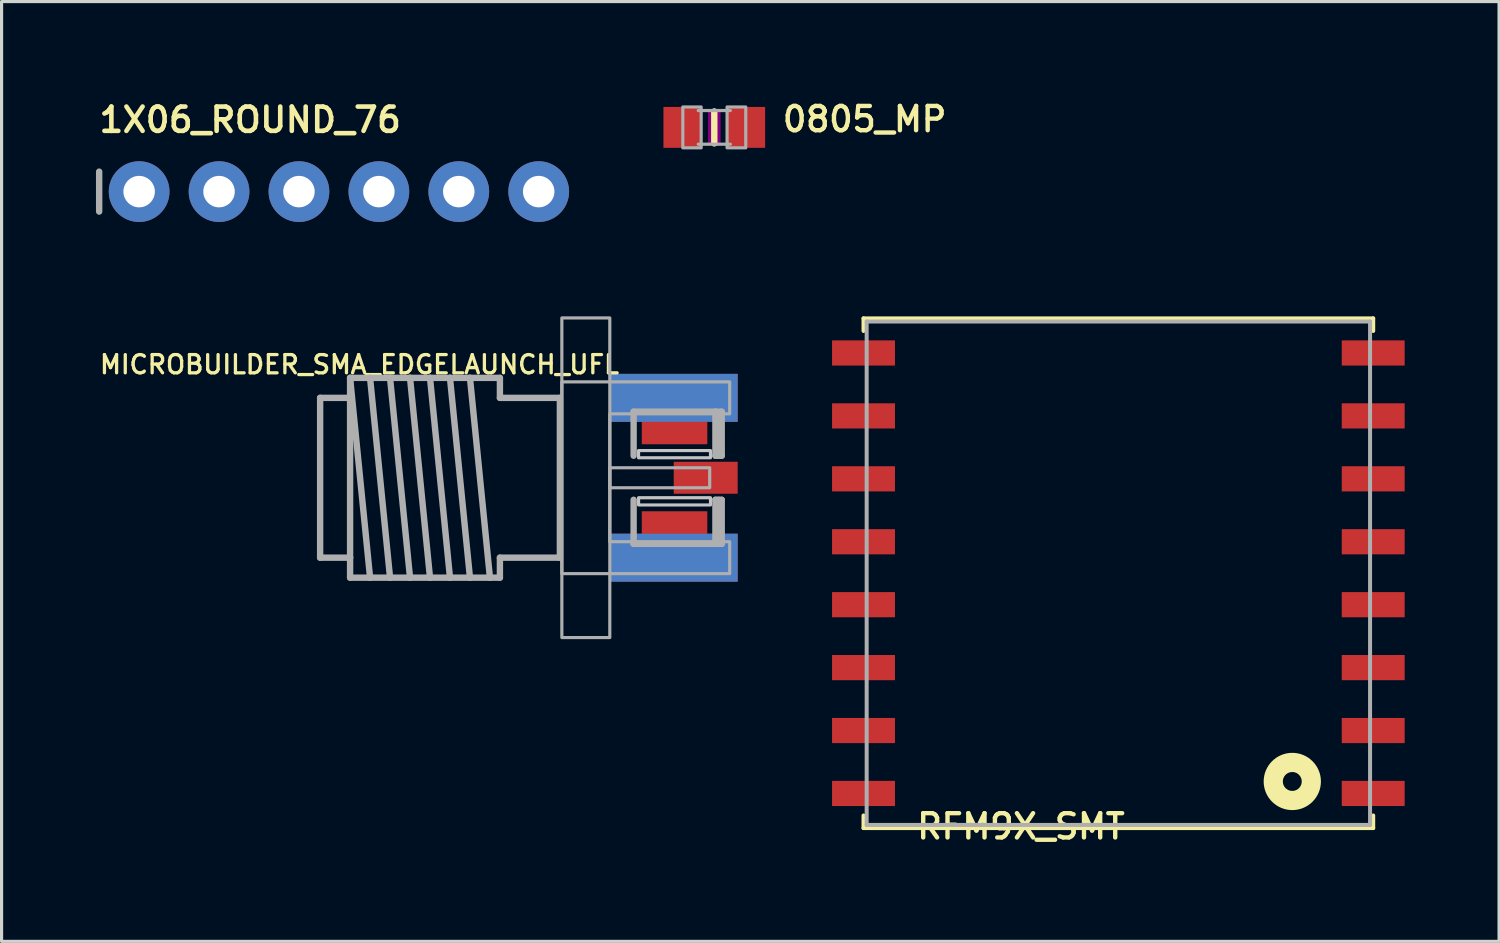
<source format=kicad_pcb>
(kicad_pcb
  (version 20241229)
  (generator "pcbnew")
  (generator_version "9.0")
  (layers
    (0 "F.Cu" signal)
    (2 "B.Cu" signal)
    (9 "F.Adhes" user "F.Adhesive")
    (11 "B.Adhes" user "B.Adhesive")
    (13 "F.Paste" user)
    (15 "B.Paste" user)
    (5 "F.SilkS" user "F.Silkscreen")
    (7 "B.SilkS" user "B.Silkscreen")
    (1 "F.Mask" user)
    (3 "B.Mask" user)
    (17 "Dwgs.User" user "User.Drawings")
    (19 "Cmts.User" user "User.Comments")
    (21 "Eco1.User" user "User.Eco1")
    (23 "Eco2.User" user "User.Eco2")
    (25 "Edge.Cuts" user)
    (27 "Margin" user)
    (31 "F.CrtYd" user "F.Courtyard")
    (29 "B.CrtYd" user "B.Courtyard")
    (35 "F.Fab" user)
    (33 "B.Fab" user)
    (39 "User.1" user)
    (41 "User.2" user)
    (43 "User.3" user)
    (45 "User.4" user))
  (footprint "RFM9X_SMT"
    (layer "F.Cu")
    (at 32.496 15.169)
    (property "Reference" "RFM9X_SMT" (at -6.478 8.5 180) (layer "F.SilkS") (effects (font (size 0.772 0.772) (thickness 0.139)) (justify left bottom)))
    (attr through_hole)
    (fp_line (start -8.1 -8.1) (end 8.1 -8.1) (stroke (width 0.127) (type solid)) (layer "F.SilkS"))
    (fp_line (start -8.1 -7.7) (end -8.1 -8.1) (stroke (width 0.127) (type solid)) (layer "F.SilkS"))
    (fp_line (start -8.1 7.7) (end -8.1 8.1) (stroke (width 0.127) (type solid)) (layer "F.SilkS"))
    (fp_line (start -8.1 8.1) (end 8.1 8.1) (stroke (width 0.127) (type solid)) (layer "F.SilkS"))
    (fp_line (start 8.1 -8.1) (end 8.1 -7.7) (stroke (width 0.127) (type solid)) (layer "F.SilkS"))
    (fp_line (start 8.1 8.1) (end 8.1 7.7) (stroke (width 0.127) (type solid)) (layer "F.SilkS"))
    (fp_circle (center 5.528 6.619) (end 5.828 6.619) (stroke (width 0.61) (type solid)) (fill no) (layer "F.SilkS"))
    (fp_line (start -8 -8) (end 8 -8) (stroke (width 0.127) (type solid)) (layer "F.Fab"))
    (fp_line (start -8 8) (end -8 -8) (stroke (width 0.127) (type solid)) (layer "F.Fab"))
    (fp_line (start 8 -8) (end 8 8) (stroke (width 0.127) (type solid)) (layer "F.Fab"))
    (fp_line (start 8 8) (end -8 8) (stroke (width 0.127) (type solid)) (layer "F.Fab"))
    (pad "1P" smd rect (at 8.1 7 180) (size 2 0.8) (layers "F.Cu" "F.Mask" "F.Paste"))
    (pad "2P" smd rect (at 8.1 5 180) (size 2 0.8) (layers "F.Cu" "F.Mask" "F.Paste"))
    (pad "3P" smd rect (at 8.1 3 180) (size 2 0.8) (layers "F.Cu" "F.Mask" "F.Paste"))
    (pad "4P" smd rect (at 8.1 1 180) (size 2 0.8) (layers "F.Cu" "F.Mask" "F.Paste"))
    (pad "5P" smd rect (at 8.1 -1 180) (size 2 0.8) (layers "F.Cu" "F.Mask" "F.Paste"))
    (pad "6P" smd rect (at 8.1 -3 180) (size 2 0.8) (layers "F.Cu" "F.Mask" "F.Paste"))
    (pad "7P" smd rect (at 8.1 -5 180) (size 2 0.8) (layers "F.Cu" "F.Mask" "F.Paste"))
    (pad "8P" smd rect (at 8.1 -7 180) (size 2 0.8) (layers "F.Cu" "F.Mask" "F.Paste"))
    (pad "9P" smd rect (at -8.1 -7) (size 2 0.8) (layers "F.Cu" "F.Mask" "F.Paste"))
    (pad "10P" smd rect (at -8.1 -5) (size 2 0.8) (layers "F.Cu" "F.Mask" "F.Paste"))
    (pad "11P" smd rect (at -8.1 -3) (size 2 0.8) (layers "F.Cu" "F.Mask" "F.Paste"))
    (pad "12P" smd rect (at -8.1 -1) (size 2 0.8) (layers "F.Cu" "F.Mask" "F.Paste"))
    (pad "13P" smd rect (at -8.1 1) (size 2 0.8) (layers "F.Cu" "F.Mask" "F.Paste"))
    (pad "14P" smd rect (at -8.1 3) (size 2 0.8) (layers "F.Cu" "F.Mask" "F.Paste"))
    (pad "15P" smd rect (at -8.1 5) (size 2 0.8) (layers "F.Cu" "F.Mask" "F.Paste"))
    (pad "16P" smd rect (at -8.1 7) (size 2 0.8) (layers "F.Cu" "F.Mask" "F.Paste")))
  (footprint "MICROBUILDER_SMA_EDGELAUNCH_UFL"
    (layer "F.Cu")
    (at 16.332 12.135)
    (property "Reference" "MICROBUILDER_SMA_EDGELAUNCH_UFL" (at 0.356 -3.937 180) (layer "F.SilkS") (effects (font (size 0.579 0.579) (thickness 0.104)) (justify right top)))
    (attr through_hole)
    (fp_poly (pts (xy 1.016 -1.065) (xy 1.016 -3.175) (xy 3.099 -3.175) (xy 3.099 -1.065)) (stroke (width 0) (type solid)) (fill yes) (layer "F.Cu"))
    (fp_poly (pts (xy 3.099 1.065) (xy 3.099 3.175) (xy 1.016 3.175) (xy 1.016 1.065)) (stroke (width 0) (type solid)) (fill yes) (layer "F.Cu"))
    (fp_poly (pts (xy 0.889 -0.938) (xy 3.226 -0.938) (xy 3.226 -1.853) (xy 0.889 -1.853)) (stroke (width 0) (type solid)) (fill yes) (layer "F.Mask"))
    (fp_poly (pts (xy 3.226 0.938) (xy 0.889 0.938) (xy 0.889 1.853) (xy 3.226 1.853)) (stroke (width 0) (type solid)) (fill yes) (layer "F.Mask"))
    (fp_poly (pts (xy 0.991 -0.989) (xy 3.124 -0.989) (xy 3.124 -1.802) (xy 0.991 -1.802)) (stroke (width 0) (type solid)) (fill yes) (layer "F.Paste"))
    (fp_poly (pts (xy 3.124 0.989) (xy 0.991 0.989) (xy 0.991 1.802) (xy 3.124 1.802)) (stroke (width 0) (type solid)) (fill yes) (layer "F.Paste"))
    (fp_poly (pts (xy 3.2 0.483) (xy 3.962 0.483) (xy 3.962 -0.483) (xy 3.2 -0.483)) (stroke (width 0) (type solid)) (fill yes) (layer "F.Paste"))
    (fp_poly (pts (xy 0.914 -0.635) (xy 3.2 -0.635) (xy 3.2 -0.864) (xy 0.914 -0.864)) (stroke (width 0.1) (type solid)) (fill no) (layer "Dwgs.User"))
    (fp_poly (pts (xy 0.914 0.864) (xy 3.2 0.864) (xy 3.2 0.635) (xy 0.914 0.635)) (stroke (width 0.1) (type solid)) (fill no) (layer "Dwgs.User"))
    (fp_line (start -9.207 -2.54) (end -8.255 -2.54) (stroke (width 0.203) (type solid)) (layer "F.Fab"))
    (fp_line (start -9.207 2.54) (end -9.207 -2.54) (stroke (width 0.203) (type solid)) (layer "F.Fab"))
    (fp_line (start -8.255 -3.175) (end -7.62 -3.175) (stroke (width 0.203) (type solid)) (layer "F.Fab"))
    (fp_line (start -8.255 -3.175) (end -7.62 3.175) (stroke (width 0.203) (type solid)) (layer "F.Fab"))
    (fp_line (start -8.255 -2.54) (end -8.255 -3.175) (stroke (width 0.203) (type solid)) (layer "F.Fab"))
    (fp_line (start -8.255 -2.54) (end -8.255 2.54) (stroke (width 0.203) (type solid)) (layer "F.Fab"))
    (fp_line (start -8.255 2.54) (end -9.207 2.54) (stroke (width 0.203) (type solid)) (layer "F.Fab"))
    (fp_line (start -8.255 3.175) (end -8.255 2.54) (stroke (width 0.203) (type solid)) (layer "F.Fab"))
    (fp_line (start -7.62 -3.175) (end -6.985 -3.175) (stroke (width 0.203) (type solid)) (layer "F.Fab"))
    (fp_line (start -7.62 -3.175) (end -6.985 3.175) (stroke (width 0.203) (type solid)) (layer "F.Fab"))
    (fp_line (start -7.62 3.175) (end -8.255 3.175) (stroke (width 0.203) (type solid)) (layer "F.Fab"))
    (fp_line (start -6.985 -3.175) (end -6.35 -3.175) (stroke (width 0.203) (type solid)) (layer "F.Fab"))
    (fp_line (start -6.985 -3.175) (end -6.35 3.175) (stroke (width 0.203) (type solid)) (layer "F.Fab"))
    (fp_line (start -6.985 3.175) (end -7.62 3.175) (stroke (width 0.203) (type solid)) (layer "F.Fab"))
    (fp_line (start -6.35 -3.175) (end -5.715 -3.175) (stroke (width 0.203) (type solid)) (layer "F.Fab"))
    (fp_line (start -6.35 -3.175) (end -5.715 3.175) (stroke (width 0.203) (type solid)) (layer "F.Fab"))
    (fp_line (start -6.35 3.175) (end -6.985 3.175) (stroke (width 0.203) (type solid)) (layer "F.Fab"))
    (fp_line (start -5.715 -3.175) (end -5.08 -3.175) (stroke (width 0.203) (type solid)) (layer "F.Fab"))
    (fp_line (start -5.715 -3.175) (end -5.08 3.175) (stroke (width 0.203) (type solid)) (layer "F.Fab"))
    (fp_line (start -5.715 3.175) (end -6.35 3.175) (stroke (width 0.203) (type solid)) (layer "F.Fab"))
    (fp_line (start -5.08 -3.175) (end -4.445 -3.175) (stroke (width 0.203) (type solid)) (layer "F.Fab"))
    (fp_line (start -5.08 -3.175) (end -4.445 3.175) (stroke (width 0.203) (type solid)) (layer "F.Fab"))
    (fp_line (start -5.08 3.175) (end -5.715 3.175) (stroke (width 0.203) (type solid)) (layer "F.Fab"))
    (fp_line (start -4.445 -3.175) (end -3.81 3.175) (stroke (width 0.203) (type solid)) (layer "F.Fab"))
    (fp_line (start -4.445 -3.175) (end -3.493 -3.175) (stroke (width 0.203) (type solid)) (layer "F.Fab"))
    (fp_line (start -4.445 3.175) (end -5.08 3.175) (stroke (width 0.203) (type solid)) (layer "F.Fab"))
    (fp_line (start -3.81 3.175) (end -4.445 3.175) (stroke (width 0.203) (type solid)) (layer "F.Fab"))
    (fp_line (start -3.493 -3.175) (end -3.493 -2.54) (stroke (width 0.203) (type solid)) (layer "F.Fab"))
    (fp_line (start -3.493 -2.54) (end -1.587 -2.54) (stroke (width 0.203) (type solid)) (layer "F.Fab"))
    (fp_line (start -3.493 2.54) (end -3.493 3.175) (stroke (width 0.203) (type solid)) (layer "F.Fab"))
    (fp_line (start -3.493 3.175) (end -3.81 3.175) (stroke (width 0.203) (type solid)) (layer "F.Fab"))
    (fp_line (start -1.587 -2.54) (end -1.587 2.54) (stroke (width 0.203) (type solid)) (layer "F.Fab"))
    (fp_line (start -1.587 2.54) (end -3.493 2.54) (stroke (width 0.203) (type solid)) (layer "F.Fab"))
    (fp_line (start 0.757 -0.7) (end 0.757 -2.1) (stroke (width 0.203) (type solid)) (layer "F.Fab"))
    (fp_line (start 0.757 2.1) (end 0.757 0.7) (stroke (width 0.203) (type solid)) (layer "F.Fab"))
    (fp_line (start 0.757 2.1) (end 3.357 2.1) (stroke (width 0.203) (type solid)) (layer "F.Fab"))
    (fp_line (start 3.357 -2.1) (end 0.757 -2.1) (stroke (width 0.203) (type solid)) (layer "F.Fab"))
    (fp_line (start 3.357 -0.7) (end 3.357 -2.1) (stroke (width 0.203) (type solid)) (layer "F.Fab"))
    (fp_line (start 3.357 2.1) (end 3.357 0.7) (stroke (width 0.203) (type solid)) (layer "F.Fab"))
    (fp_line (start 3.457 -0.7) (end 3.457 -2) (stroke (width 0.203) (type solid)) (layer "F.Fab"))
    (fp_line (start 3.457 2) (end 3.457 0.7) (stroke (width 0.203) (type solid)) (layer "F.Fab"))
    (fp_line (start 3.557 -2.1) (end 3.357 -2.1) (stroke (width 0.203) (type solid)) (layer "F.Fab"))
    (fp_line (start 3.557 -0.7) (end 3.357 -0.7) (stroke (width 0.203) (type solid)) (layer "F.Fab"))
    (fp_line (start 3.557 -0.7) (end 3.557 -2.1) (stroke (width 0.203) (type solid)) (layer "F.Fab"))
    (fp_line (start 3.557 0.7) (end 3.357 0.7) (stroke (width 0.203) (type solid)) (layer "F.Fab"))
    (fp_line (start 3.557 2.1) (end 3.357 2.1) (stroke (width 0.203) (type solid)) (layer "F.Fab"))
    (fp_line (start 3.557 2.1) (end 3.557 0.7) (stroke (width 0.203) (type solid)) (layer "F.Fab"))
    (fp_poly (pts (xy -1.524 -5.08) (xy 0 -5.08) (xy 0 5.08) (xy -1.524 5.08)) (stroke (width 0.1) (type solid)) (fill no) (layer "F.Fab"))
    (fp_poly (pts (xy 0 0.318) (xy 3.175 0.318) (xy 3.175 -0.318) (xy 0 -0.318)) (stroke (width 0.1) (type solid)) (fill no) (layer "F.Fab"))
    (fp_poly (pts (xy -1.524 -3.048) (xy 3.81 -3.048) (xy 3.81 -2.032) (xy 0 -2.032) (xy 0 2.032) (xy 3.81 2.032) (xy 3.81 3.048) (xy -1.524 3.048)) (stroke (width 0.1) (type solid)) (fill no) (layer "F.Fab"))
    (pad "GND@1" smd rect (at 2.032 2.54 90) (size 1.524 4.064) (layers "F.Cu" "F.Mask"))
    (pad "GND@2" smd rect (at 2.032 -2.54 90) (size 1.524 4.064) (layers "F.Cu" "F.Mask"))
    (pad "GND@3" smd rect (at 2.032 -2.54 90) (size 1.524 4.064) (layers "B.Cu" "B.Mask"))
    (pad "GND@4" smd rect (at 2.032 2.54 90) (size 1.524 4.064) (layers "B.Cu" "B.Mask"))
    (pad "P" smd rect (at 3.048 0 90) (size 1.016 2.032) (layers "F.Cu" "F.Mask")))
  (footprint "1X06_ROUND_76"
    (layer "F.Cu")
    (at 7.722 3.04)
    (property "Reference" "1X06_ROUND_76" (at -7.696 -1.829 0) (layer "F.SilkS") (effects (font (size 0.772 0.772) (thickness 0.146)) (justify left bottom)))
    (attr through_hole)
    (fp_line (start -7.62 -0.635) (end -7.62 0.635) (stroke (width 0.203) (type solid)) (layer "F.Fab"))
    (fp_poly (pts (xy -6.604 0.254) (xy -6.096 0.254) (xy -6.096 -0.254) (xy -6.604 -0.254)) (stroke (width 0.1) (type solid)) (fill no) (layer "F.Fab"))
    (fp_poly (pts (xy -4.064 0.254) (xy -3.556 0.254) (xy -3.556 -0.254) (xy -4.064 -0.254)) (stroke (width 0.1) (type solid)) (fill no) (layer "F.Fab"))
    (fp_poly (pts (xy -1.524 0.254) (xy -1.016 0.254) (xy -1.016 -0.254) (xy -1.524 -0.254)) (stroke (width 0.1) (type solid)) (fill no) (layer "F.Fab"))
    (fp_poly (pts (xy 1.016 0.254) (xy 1.524 0.254) (xy 1.524 -0.254) (xy 1.016 -0.254)) (stroke (width 0.1) (type solid)) (fill no) (layer "F.Fab"))
    (fp_poly (pts (xy 3.556 0.254) (xy 4.064 0.254) (xy 4.064 -0.254) (xy 3.556 -0.254)) (stroke (width 0.1) (type solid)) (fill no) (layer "F.Fab"))
    (fp_poly (pts (xy 6.096 0.254) (xy 6.604 0.254) (xy 6.604 -0.254) (xy 6.096 -0.254)) (stroke (width 0.1) (type solid)) (fill no) (layer "F.Fab"))
    (pad "1" thru_hole circle (at -6.35 0 90) (size 1.93 1.93) (drill 1) (layers "*.Cu" "*.Mask"))
    (pad "2" thru_hole circle (at -3.81 0 90) (size 1.93 1.93) (drill 1) (layers "*.Cu" "*.Mask"))
    (pad "3" thru_hole circle (at -1.27 0 90) (size 1.93 1.93) (drill 1) (layers "*.Cu" "*.Mask"))
    (pad "4" thru_hole circle (at 1.27 0 90) (size 1.93 1.93) (drill 1) (layers "*.Cu" "*.Mask"))
    (pad "5" thru_hole circle (at 3.81 0 90) (size 1.93 1.93) (drill 1) (layers "*.Cu" "*.Mask"))
    (pad "6" thru_hole circle (at 6.35 0 90) (size 1.93 1.93) (drill 1) (layers "*.Cu" "*.Mask")))
  (footprint "0805_MP"
    (layer "F.Cu")
    (at 19.653 0.999)
    (property "Reference" "0805_MP" (at 2.095 0.191 0) (layer "F.SilkS") (effects (font (size 0.772 0.772) (thickness 0.139)) (justify left bottom)))
    (attr through_hole)
    (fp_line (start 0 -0.508) (end 0 0.508) (stroke (width 0.203) (type solid)) (layer "F.SilkS"))
    (fp_poly (pts (xy -0.2 0.5) (xy 0.2 0.5) (xy 0.2 -0.5) (xy -0.2 -0.5)) (stroke (width 0) (type solid)) (fill yes) (layer "F.Adhes"))
    (fp_line (start -0.51 -0.535) (end 0.51 -0.535) (stroke (width 0.102) (type solid)) (layer "F.Fab"))
    (fp_line (start -0.51 0.535) (end 0.51 0.535) (stroke (width 0.102) (type solid)) (layer "F.Fab"))
    (fp_poly (pts (xy -1 0.65) (xy -0.417 0.65) (xy -0.417 -0.65) (xy -1 -0.65)) (stroke (width 0.1) (type solid)) (fill no) (layer "F.Fab"))
    (fp_poly (pts (xy 0.406 0.65) (xy 1 0.65) (xy 1 -0.65) (xy 0.406 -0.65)) (stroke (width 0.1) (type solid)) (fill no) (layer "F.Fab"))
    (pad "1" smd rect (at -1.016 0) (size 1.2 1.3) (layers "F.Cu" "F.Mask" "F.Paste"))
    (pad "2" smd rect (at 1.016 0) (size 1.2 1.3) (layers "F.Cu" "F.Mask" "F.Paste")))
  (gr_rect
    (start -3 -3)
    (end 44.596 26.871)
    (stroke (width 0.1) (type default))
    (fill no)
    (layer "Edge.Cuts")))
</source>
